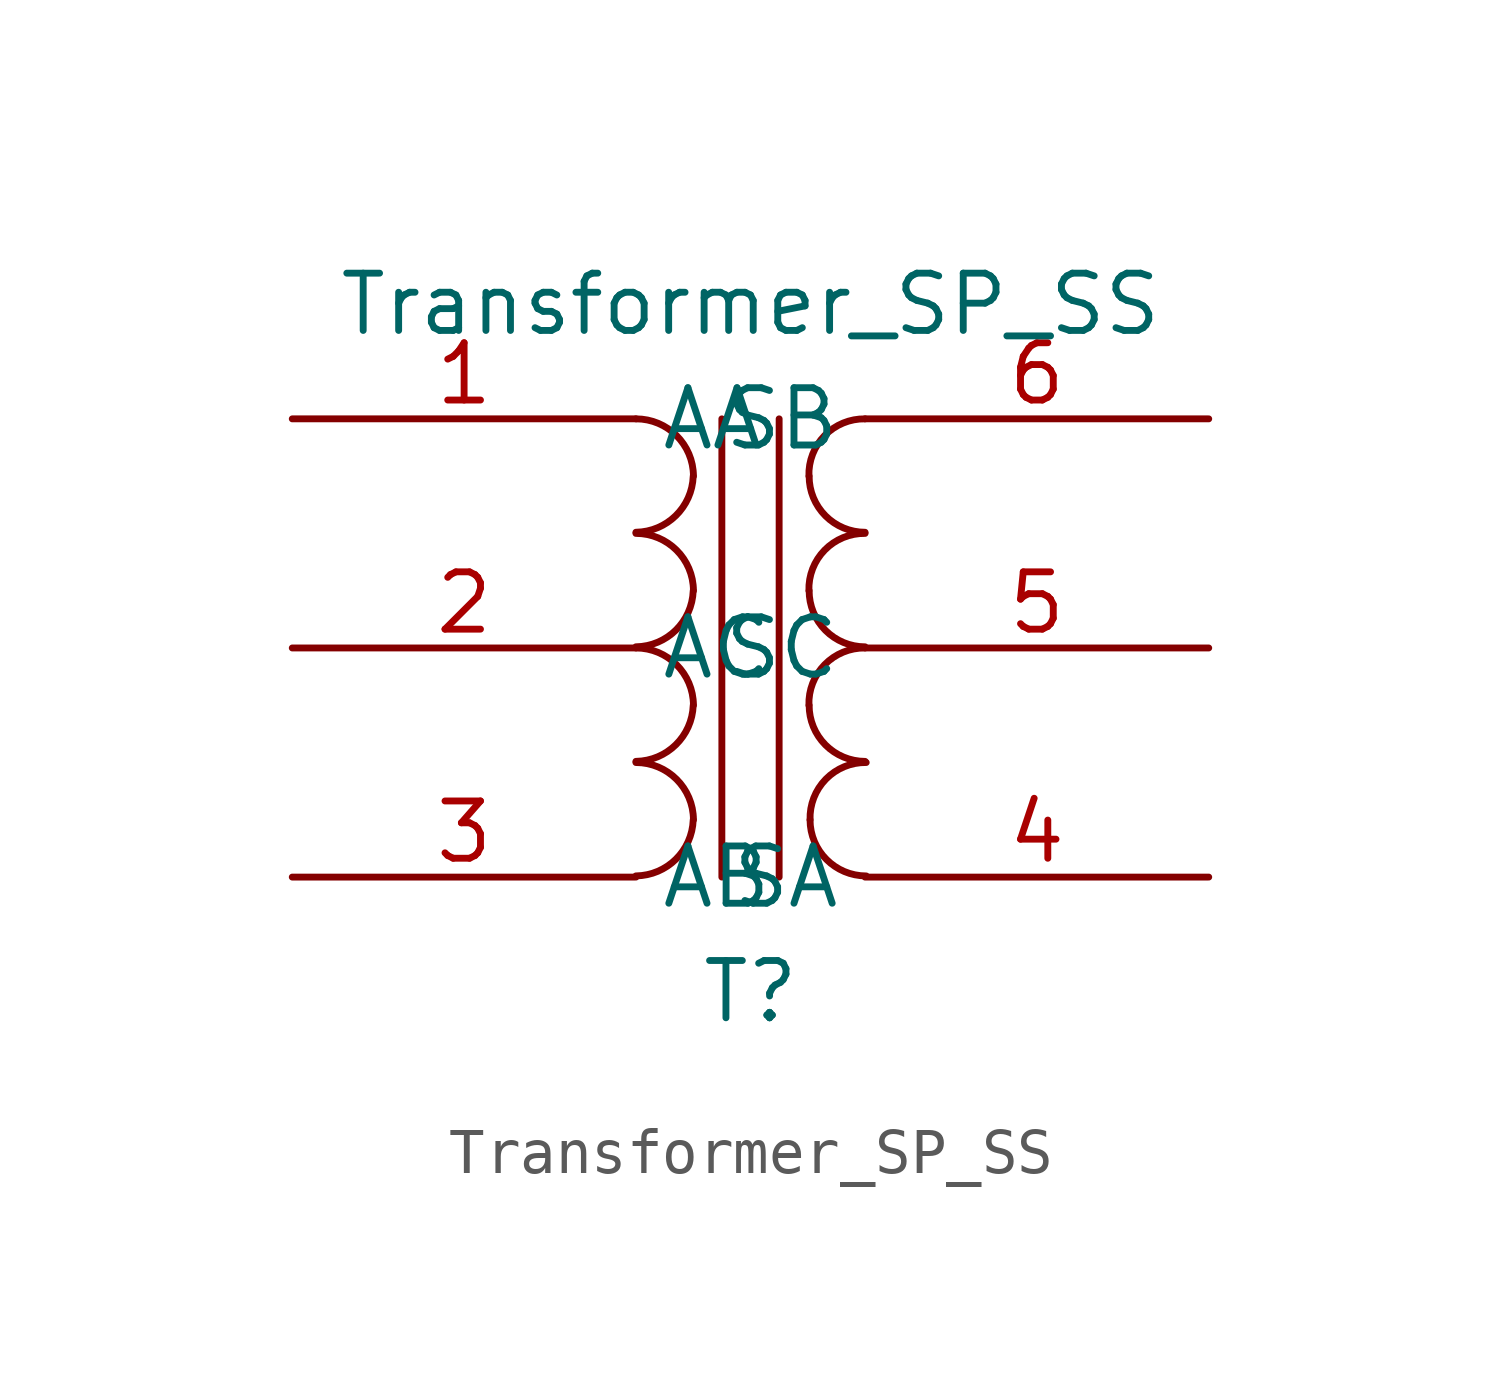
<source format=kicad_sym>
(kicad_symbol_lib
  (version 20220914)
  (generator kicad_symbol_editor)
  (symbol "Transformer_SP_SS"
    (property "Reference" "T"
      (at 0 0 0)
      (effects (font (size 1.27 1.27))))
    (property "Value" "Transformer_SP_SS"
      (at 0 15.24 0)
      (effects (font (size 1.27 1.27))))
    (symbol "Transformer_SP_SS_0_1"
      (arc (start -2.54 2.5654) (mid -1.6561 2.9337) (end -1.27 3.81) (stroke (width 0) (type default)) (fill (type none)))
      (arc (start -2.54 5.1054) (mid -1.6561 5.4737) (end -1.27 6.35) (stroke (width 0) (type default)) (fill (type none)))
      (arc (start -2.54 7.6454) (mid -1.6561 8.0137) (end -1.27 8.89) (stroke (width 0) (type default)) (fill (type none)))
      (arc (start -2.54 10.1854) (mid -1.6561 10.5537) (end -1.27 11.43) (stroke (width 0) (type default)) (fill (type none)))
      (arc (start -1.27 3.81) (mid -1.642 4.708) (end -2.54 5.08) (stroke (width 0) (type default)) (fill (type none)))
      (arc (start -1.27 6.35) (mid -1.642 7.248) (end -2.54 7.62) (stroke (width 0) (type default)) (fill (type none)))
      (arc (start -1.27 8.89) (mid -1.642 9.788) (end -2.54 10.16) (stroke (width 0) (type default)) (fill (type none)))
      (arc (start -1.27 11.43) (mid -1.642 12.328) (end -2.54 12.7) (stroke (width 0) (type default)) (fill (type none)))
      (polyline (pts (xy -0.635 12.7) (xy -0.635 2.54)) (stroke (width 0) (type default)) (fill (type none)))
      (polyline (pts (xy 0.635 2.54) (xy 0.635 12.7)) (stroke (width 0) (type default)) (fill (type none)))
      (arc (start 1.2954 6.35) (mid 1.6599 5.4699) (end 2.54 5.1054) (stroke (width 0) (type default)) (fill (type none)))
      (arc (start 1.2954 8.89) (mid 1.6599 8.0099) (end 2.54 7.6454) (stroke (width 0) (type default)) (fill (type none)))
      (arc (start 1.2954 11.43) (mid 1.6599 10.5499) (end 2.54 10.1854) (stroke (width 0) (type default)) (fill (type none)))
      (arc (start 1.3208 3.81) (mid 1.6854 2.9301) (end 2.5654 2.5654) (stroke (width 0) (type default)) (fill (type none)))
      (arc (start 2.54 7.62) (mid 1.6458 7.2515) (end 1.2954 6.35) (stroke (width 0) (type default)) (fill (type none)))
      (arc (start 2.54 10.16) (mid 1.6458 9.7915) (end 1.2954 8.89) (stroke (width 0) (type default)) (fill (type none)))
      (arc (start 2.54 12.7) (mid 1.6458 12.3315) (end 1.2954 11.43) (stroke (width 0) (type default)) (fill (type none)))
      (arc (start 2.5654 5.08) (mid 1.6709 4.7117) (end 1.3208 3.81) (stroke (width 0) (type default)) (fill (type none))))
    (symbol "Transformer_SP_SS_1_1"
      (pin passive line (at -10.16 12.7 0) (length 7.62) (name "AA" (effects (font (size 1.27 1.27)))) (number "1" (effects (font (size 1.27 1.27)))))
      (pin passive line (at -10.16 7.62 0) (length 7.62) (name "AC" (effects (font (size 1.27 1.27)))) (number "2" (effects (font (size 1.27 1.27)))))
      (pin passive line (at -10.16 2.54 0) (length 7.62) (name "AB" (effects (font (size 1.27 1.27)))) (number "3" (effects (font (size 1.27 1.27)))))
      (pin passive line (at 10.16 2.54 180) (length 7.62) (name "SA" (effects (font (size 1.27 1.27)))) (number "4" (effects (font (size 1.27 1.27)))))
      (pin passive line (at 10.16 7.62 180) (length 7.62) (name "SC" (effects (font (size 1.27 1.27)))) (number "5" (effects (font (size 1.27 1.27)))))
      (pin passive line (at 10.16 12.7 180) (length 7.62) (name "SB" (effects (font (size 1.27 1.27)))) (number "6" (effects (font (size 1.27 1.27))))))))
</source>
